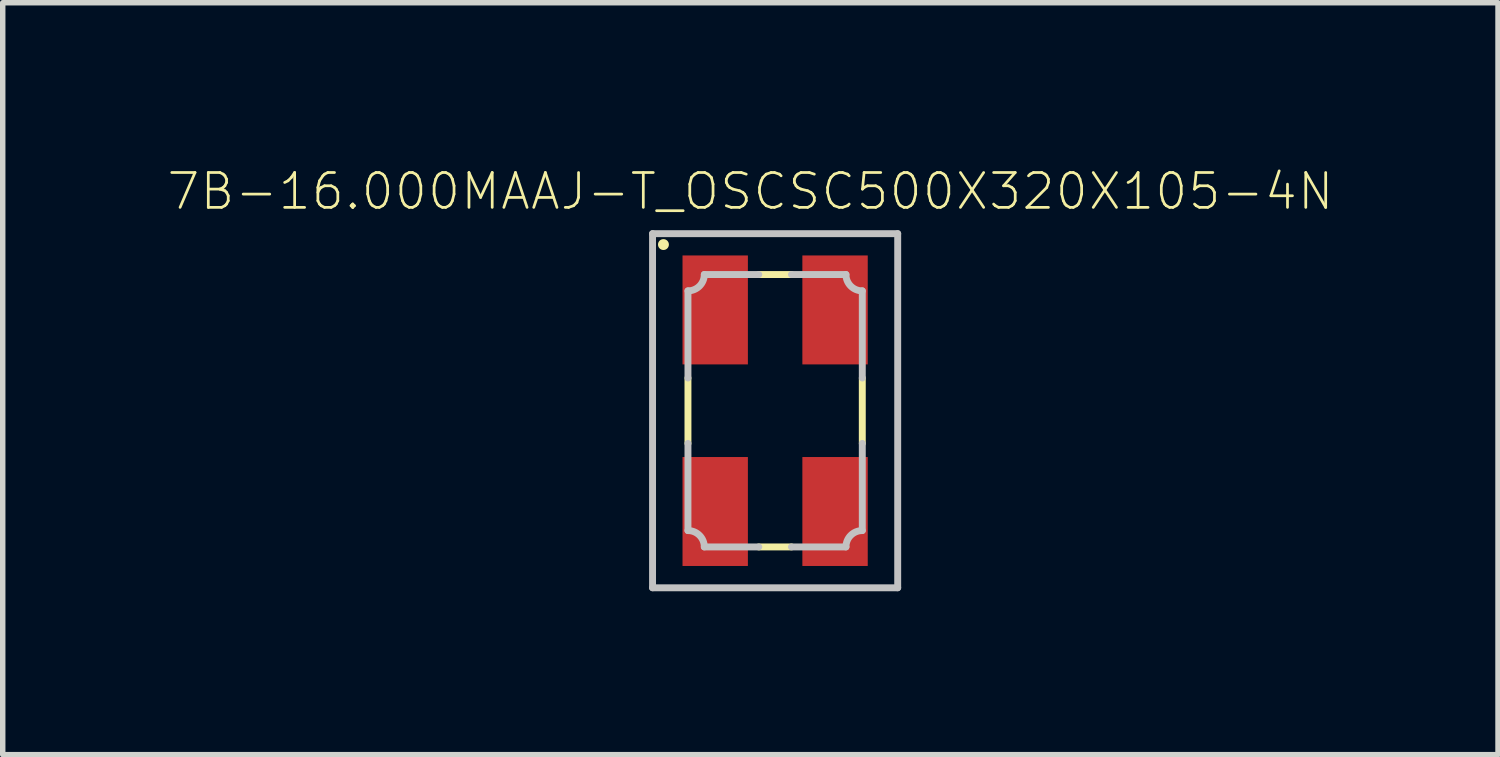
<source format=kicad_pcb>
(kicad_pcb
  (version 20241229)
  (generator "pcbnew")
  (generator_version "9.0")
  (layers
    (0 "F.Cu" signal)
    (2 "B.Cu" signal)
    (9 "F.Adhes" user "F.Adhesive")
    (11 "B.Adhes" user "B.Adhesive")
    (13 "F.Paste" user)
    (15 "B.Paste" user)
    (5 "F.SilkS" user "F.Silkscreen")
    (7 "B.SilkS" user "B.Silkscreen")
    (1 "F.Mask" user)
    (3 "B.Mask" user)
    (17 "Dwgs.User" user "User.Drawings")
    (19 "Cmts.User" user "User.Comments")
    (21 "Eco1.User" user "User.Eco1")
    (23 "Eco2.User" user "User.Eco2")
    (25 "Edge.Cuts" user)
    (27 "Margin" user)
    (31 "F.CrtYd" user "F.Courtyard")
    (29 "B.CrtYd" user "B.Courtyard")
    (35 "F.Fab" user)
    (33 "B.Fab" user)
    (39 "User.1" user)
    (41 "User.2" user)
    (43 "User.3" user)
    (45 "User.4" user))
  (footprint "7B-16.000MAAJ-T_OSCSC500X320X105-4N"
    (layer "F.Cu")
    (at 11.178 4.489)
    (property "Reference" "7B-16.000MAAJ-T_OSCSC500X320X105-4N" (at -0.454 -4.026 0) (layer "F.SilkS") (effects (font (size 0.64 0.64) (thickness 0.05))))
    (attr smd)
    (fp_line (start -1.6 -0.6) (end -1.6 0.6) (stroke (width 0.127) (type solid)) (layer "F.SilkS"))
    (fp_line (start 0.3 -2.5) (end -0.3 -2.5) (stroke (width 0.127) (type solid)) (layer "F.SilkS"))
    (fp_line (start 0.3 2.5) (end -0.3 2.5) (stroke (width 0.127) (type solid)) (layer "F.SilkS"))
    (fp_line (start 1.6 -0.6) (end 1.6 0.6) (stroke (width 0.127) (type solid)) (layer "F.SilkS"))
    (fp_circle (center -2.05 -3.05) (end -1.95 -3.05) (stroke (width 0) (type solid)) (fill yes) (layer "F.SilkS"))
    (fp_line (start -2.25 -3.25) (end -2.25 3.25) (stroke (width 0.127) (type solid)) (layer "Dwgs.User"))
    (fp_line (start -2.25 3.25) (end 2.25 3.25) (stroke (width 0.127) (type solid)) (layer "Dwgs.User"))
    (fp_line (start -1.6 -2.2) (end -1.6 -0.6) (stroke (width 0.127) (type solid)) (layer "Dwgs.User"))
    (fp_line (start -1.6 0.6) (end -1.6 2.2) (stroke (width 0.127) (type solid)) (layer "Dwgs.User"))
    (fp_line (start -1.3 2.5) (end -0.3 2.5) (stroke (width 0.127) (type solid)) (layer "Dwgs.User"))
    (fp_line (start -0.3 -2.5) (end -1.3 -2.5) (stroke (width 0.127) (type solid)) (layer "Dwgs.User"))
    (fp_line (start 0.3 -2.5) (end 1.3 -2.5) (stroke (width 0.127) (type solid)) (layer "Dwgs.User"))
    (fp_line (start 1.3 2.5) (end 0.3 2.5) (stroke (width 0.127) (type solid)) (layer "Dwgs.User"))
    (fp_line (start 1.6 -2.2) (end 1.6 -0.6) (stroke (width 0.127) (type solid)) (layer "Dwgs.User"))
    (fp_line (start 1.6 0.6) (end 1.6 2.2) (stroke (width 0.127) (type solid)) (layer "Dwgs.User"))
    (fp_line (start 2.25 -3.25) (end -2.25 -3.25) (stroke (width 0.127) (type solid)) (layer "Dwgs.User"))
    (fp_line (start 2.25 3.25) (end 2.25 -3.25) (stroke (width 0.127) (type solid)) (layer "Dwgs.User"))
    (fp_arc (start -1.6 2.2) (mid -1.387868 2.287868) (end -1.3 2.5) (stroke (width 0.127) (type solid)) (layer "Dwgs.User"))
    (fp_arc (start -1.3 -2.5) (mid -1.387868 -2.287868) (end -1.6 -2.2) (stroke (width 0.127) (type solid)) (layer "Dwgs.User"))
    (fp_arc (start 1.3 2.5) (mid 1.387868 2.287868) (end 1.6 2.2) (stroke (width 0.127) (type solid)) (layer "Dwgs.User"))
    (fp_arc (start 1.6 -2.2) (mid 1.387868 -2.287868) (end 1.3 -2.5) (stroke (width 0.127) (type solid)) (layer "Dwgs.User"))
    (pad "1" smd rect (at -1.1 -1.85 270) (size 2 1.2) (layers "F.Cu" "F.Mask" "F.Paste"))
    (pad "2" smd rect (at -1.1 1.85 270) (size 2 1.2) (layers "F.Cu" "F.Mask" "F.Paste"))
    (pad "3" smd rect (at 1.1 1.85 270) (size 2 1.2) (layers "F.Cu" "F.Mask" "F.Paste"))
    (pad "4" smd rect (at 1.1 -1.85 270) (size 2 1.2) (layers "F.Cu" "F.Mask" "F.Paste")))
  (gr_rect
    (start -3 -3)
    (end 24.447 10.802)
    (stroke (width 0.1) (type default))
    (fill no)
    (layer "Edge.Cuts")))
</source>
